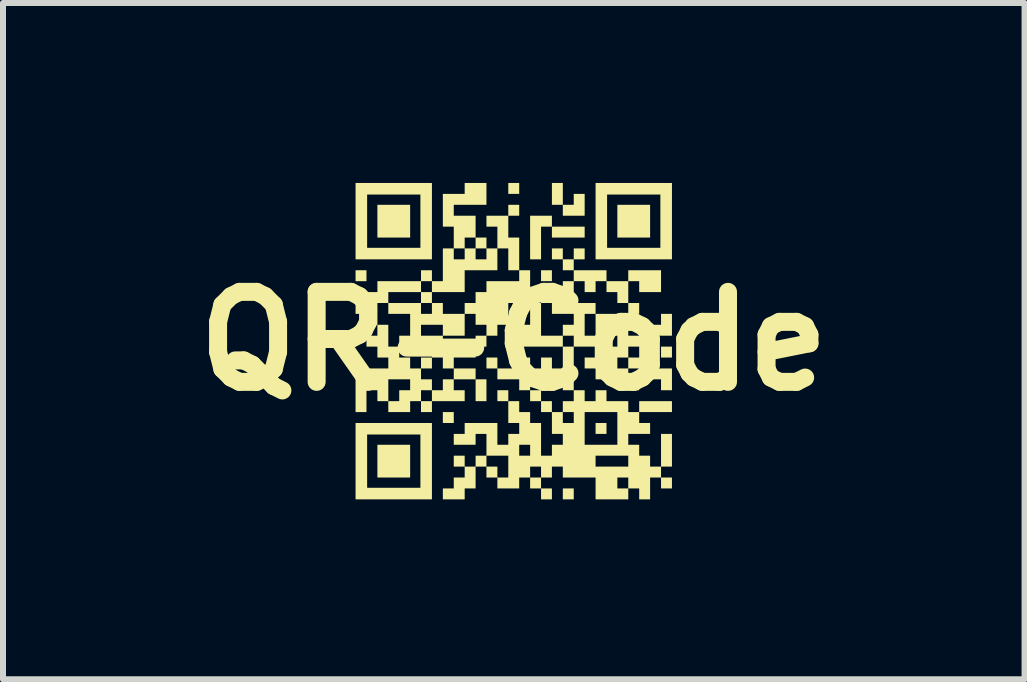
<source format=kicad_pcb>
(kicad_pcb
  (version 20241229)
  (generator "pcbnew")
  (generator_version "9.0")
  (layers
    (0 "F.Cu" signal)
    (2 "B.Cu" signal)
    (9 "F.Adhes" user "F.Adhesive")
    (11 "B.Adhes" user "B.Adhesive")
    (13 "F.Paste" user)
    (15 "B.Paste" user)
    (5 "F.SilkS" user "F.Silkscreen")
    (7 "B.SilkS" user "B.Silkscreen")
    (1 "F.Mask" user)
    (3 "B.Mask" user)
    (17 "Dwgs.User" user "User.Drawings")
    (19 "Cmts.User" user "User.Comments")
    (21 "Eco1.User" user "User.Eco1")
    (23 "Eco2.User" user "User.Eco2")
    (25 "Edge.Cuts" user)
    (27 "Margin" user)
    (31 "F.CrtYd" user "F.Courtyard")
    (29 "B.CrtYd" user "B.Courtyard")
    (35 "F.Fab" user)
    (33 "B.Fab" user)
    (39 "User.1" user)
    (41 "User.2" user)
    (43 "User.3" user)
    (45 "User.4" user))
  (footprint "QR-Code"
    (layer "F.Cu")
    (at 5.514 2.637)
    (property "Reference" "QR-Code" (at 0 0 0) (layer "F.SilkS") (effects (font (size 1.5 1.5) (thickness 0.3))))
    (attr board_only exclude_from_pos_files exclude_from_bom)
    (fp_poly (pts (xy -2.455 -1.091) (xy -2.455 -1) (xy -2.546 -1) (xy -2.637 -1) (xy -2.637 -1.091) (xy -2.637 -1.182) (xy -2.546 -1.182) (xy -2.455 -1.182)) (stroke (width 0) (type solid)) (fill yes) (layer "F.SilkS"))
    (fp_poly (pts (xy -1.727 -2) (xy -1.727 -1.727) (xy -2 -1.727) (xy -2.273 -1.727) (xy -2.273 -2) (xy -2.273 -2.273) (xy -2 -2.273) (xy -1.727 -2.273)) (stroke (width 0) (type solid)) (fill yes) (layer "F.SilkS"))
    (fp_poly (pts (xy -1.727 2) (xy -1.727 2.273) (xy -2 2.273) (xy -2.273 2.273) (xy -2.273 2) (xy -2.273 1.727) (xy -2 1.727) (xy -1.727 1.727)) (stroke (width 0) (type solid)) (fill yes) (layer "F.SilkS"))
    (fp_poly (pts (xy -1.364 -0.727) (xy -1.364 -0.636) (xy -1.455 -0.636) (xy -1.546 -0.636) (xy -1.546 -0.727) (xy -1.546 -0.818) (xy -1.455 -0.818) (xy -1.364 -0.818)) (stroke (width 0) (type solid)) (fill yes) (layer "F.SilkS"))
    (fp_poly (pts (xy -1.364 0.364) (xy -1.364 0.455) (xy -1.455 0.455) (xy -1.546 0.455) (xy -1.546 0.364) (xy -1.546 0.273) (xy -1.455 0.273) (xy -1.364 0.273)) (stroke (width 0) (type solid)) (fill yes) (layer "F.SilkS"))
    (fp_poly (pts (xy -1 1.273) (xy -1 1.364) (xy -1.091 1.364) (xy -1.182 1.364) (xy -1.182 1.273) (xy -1.182 1.182) (xy -1.091 1.182) (xy -1 1.182)) (stroke (width 0) (type solid)) (fill yes) (layer "F.SilkS"))
    (fp_poly (pts (xy -0.455 0.818) (xy -0.455 1) (xy -0.546 1) (xy -0.636 1) (xy -0.636 0.818) (xy -0.636 0.636) (xy -0.546 0.636) (xy -0.455 0.636)) (stroke (width 0) (type solid)) (fill yes) (layer "F.SilkS"))
    (fp_poly (pts (xy -0.091 0.909) (xy -0.091 1) (xy -0.182 1) (xy -0.273 1) (xy -0.273 0.909) (xy -0.273 0.818) (xy -0.182 0.818) (xy -0.091 0.818)) (stroke (width 0) (type solid)) (fill yes) (layer "F.SilkS"))
    (fp_poly (pts (xy 0.091 -2.546) (xy 0.091 -2.455) (xy -0.000001 -2.455) (xy -0.091 -2.455) (xy -0.091 -2.546) (xy -0.091 -2.637) (xy -0.000001 -2.637) (xy 0.091 -2.637)) (stroke (width 0) (type solid)) (fill yes) (layer "F.SilkS"))
    (fp_poly (pts (xy 0.455 0.909) (xy 0.455 1) (xy 0.364 1) (xy 0.273 1) (xy 0.273 0.909) (xy 0.273 0.818) (xy 0.364 0.818) (xy 0.455 0.818)) (stroke (width 0) (type solid)) (fill yes) (layer "F.SilkS"))
    (fp_poly (pts (xy 0.636 -1.091) (xy 0.636 -1) (xy 0.546 -1) (xy 0.455 -1) (xy 0.455 -1.091) (xy 0.455 -1.182) (xy 0.546 -1.182) (xy 0.636 -1.182)) (stroke (width 0) (type solid)) (fill yes) (layer "F.SilkS"))
    (fp_poly (pts (xy 0.636 2.546) (xy 0.636 2.637) (xy 0.546 2.637) (xy 0.455 2.637) (xy 0.455 2.546) (xy 0.455 2.455) (xy 0.546 2.455) (xy 0.636 2.455)) (stroke (width 0) (type solid)) (fill yes) (layer "F.SilkS"))
    (fp_poly (pts (xy 1 2.546) (xy 1 2.637) (xy 0.909 2.637) (xy 0.818 2.637) (xy 0.818 2.546) (xy 0.818 2.455) (xy 0.909 2.455) (xy 1 2.455)) (stroke (width 0) (type solid)) (fill yes) (layer "F.SilkS"))
    (fp_poly (pts (xy 1.182 -1.818) (xy 1.182 -1.727) (xy 0.909 -1.727) (xy 0.636 -1.727) (xy 0.636 -1.818) (xy 0.636 -1.909) (xy 0.909 -1.909) (xy 1.182 -1.909)) (stroke (width 0) (type solid)) (fill yes) (layer "F.SilkS"))
    (fp_poly (pts (xy 1.546 1.455) (xy 1.546 1.546) (xy 1.455 1.546) (xy 1.364 1.546) (xy 1.364 1.455) (xy 1.364 1.364) (xy 1.455 1.364) (xy 1.546 1.364)) (stroke (width 0) (type solid)) (fill yes) (layer "F.SilkS"))
    (fp_poly (pts (xy 2.091 -0.546) (xy 2.091 -0.455) (xy 2 -0.455) (xy 1.909 -0.455) (xy 1.909 -0.546) (xy 1.909 -0.636) (xy 2 -0.636) (xy 2.091 -0.636)) (stroke (width 0) (type solid)) (fill yes) (layer "F.SilkS"))
    (fp_poly (pts (xy 2.273 -2) (xy 2.273 -1.727) (xy 2 -1.727) (xy 1.727 -1.727) (xy 1.727 -2) (xy 1.727 -2.273) (xy 2 -2.273) (xy 2.273 -2.273)) (stroke (width 0) (type solid)) (fill yes) (layer "F.SilkS"))
    (fp_poly (pts (xy 2.637 0.182) (xy 2.637 0.273) (xy 2.546 0.273) (xy 2.455 0.273) (xy 2.455 0.182) (xy 2.455 0.091) (xy 2.546 0.091) (xy 2.637 0.091)) (stroke (width 0) (type solid)) (fill yes) (layer "F.SilkS"))
    (fp_poly (pts (xy 2.637 2.364) (xy 2.637 2.455) (xy 2.546 2.455) (xy 2.455 2.455) (xy 2.455 2.364) (xy 2.455 2.273) (xy 2.546 2.273) (xy 2.637 2.273)) (stroke (width 0) (type solid)) (fill yes) (layer "F.SilkS"))
    (fp_poly (pts (xy 0.636 -2) (xy 0.636 -1.909) (xy 0.546 -1.909) (xy 0.455 -1.909) (xy 0.455 -1.637) (xy 0.455 -1.364) (xy 0.364 -1.364) (xy 0.273 -1.364) (xy 0.273 -1.727) (xy 0.273 -2.091) (xy 0.455 -2.091) (xy 0.636 -2.091)) (stroke (width 0) (type solid)) (fill yes) (layer "F.SilkS"))
    (fp_poly (pts (xy -1.364 -2) (xy -1.364 -1.364) (xy -2 -1.364) (xy -2.637 -1.364) (xy -2.637 -2) (xy -2.444 -2) (xy -2.444 -1.556) (xy -2 -1.556) (xy -1.556 -1.556) (xy -1.556 -2) (xy -1.556 -2.444) (xy -2 -2.444) (xy -2.444 -2.444) (xy -2.444 -2) (xy -2.637 -2) (xy -2.637 -2.637) (xy -2 -2.637) (xy -1.364 -2.637)) (stroke (width 0) (type solid)) (fill yes) (layer "F.SilkS"))
    (fp_poly (pts (xy -1.364 2) (xy -1.364 2.637) (xy -2 2.637) (xy -2.637 2.637) (xy -2.637 2) (xy -2.444 2) (xy -2.444 2.444) (xy -2 2.444) (xy -1.556 2.444) (xy -1.556 2) (xy -1.556 1.556) (xy -2 1.556) (xy -2.444 1.556) (xy -2.444 2) (xy -2.637 2) (xy -2.637 1.364) (xy -2 1.364) (xy -1.364 1.364)) (stroke (width 0) (type solid)) (fill yes) (layer "F.SilkS"))
    (fp_poly (pts (xy 2.637 -2) (xy 2.637 -1.364) (xy 2 -1.364) (xy 1.364 -1.364) (xy 1.364 -2) (xy 1.556 -2) (xy 1.556 -1.556) (xy 2 -1.556) (xy 2.444 -1.556) (xy 2.444 -2) (xy 2.444 -2.444) (xy 2 -2.444) (xy 1.556 -2.444) (xy 1.556 -2) (xy 1.364 -2) (xy 1.364 -2.637) (xy 2 -2.637) (xy 2.637 -2.637)) (stroke (width 0) (type solid)) (fill yes) (layer "F.SilkS"))
    (fp_poly (pts (xy 0.818 -2.455) (xy 0.818 -2.273) (xy 0.909 -2.273) (xy 1 -2.273) (xy 1 -2.364) (xy 1 -2.455) (xy 1.091 -2.455) (xy 1.182 -2.455) (xy 1.182 -2.273) (xy 1.182 -2.091) (xy 1 -2.091) (xy 0.818 -2.091) (xy 0.818 -2.182) (xy 0.818 -2.273) (xy 0.727 -2.273) (xy 0.636 -2.273) (xy 0.636 -2.455) (xy 0.636 -2.637) (xy 0.727 -2.637) (xy 0.818 -2.637)) (stroke (width 0) (type solid)) (fill yes) (layer "F.SilkS"))
    (fp_poly (pts (xy 0.818 -1.455) (xy 0.818 -1.364) (xy 0.909 -1.364) (xy 1 -1.364) (xy 1 -1.455) (xy 1 -1.546) (xy 1.091 -1.546) (xy 1.182 -1.546) (xy 1.182 -1.455) (xy 1.182 -1.364) (xy 1.091 -1.364) (xy 1 -1.364) (xy 1 -1.273) (xy 1 -1.182) (xy 0.909 -1.182) (xy 0.818 -1.182) (xy 0.818 -1.273) (xy 0.818 -1.364) (xy 0.727 -1.364) (xy 0.636 -1.364) (xy 0.636 -1.455) (xy 0.636 -1.546) (xy 0.727 -1.546) (xy 0.818 -1.546)) (stroke (width 0) (type solid)) (fill yes) (layer "F.SilkS"))
    (fp_poly (pts (xy -0.455 -2.455) (xy -0.455 -2.273) (xy -0.727 -2.273) (xy -1 -2.273) (xy -1 -2.182) (xy -1 -2.091) (xy -0.818 -2.091) (xy -0.636 -2.091) (xy -0.636 -1.909) (xy -0.636 -1.727) (xy -0.727 -1.727) (xy -0.818 -1.727) (xy -0.818 -1.637) (xy -0.818 -1.546) (xy -0.909 -1.546) (xy -1 -1.546) (xy -1 -1.455) (xy -1 -1.364) (xy -0.909 -1.364) (xy -0.818 -1.364) (xy -0.818 -1.455) (xy -0.636 -1.455) (xy -0.636 -1.364) (xy -0.546 -1.364) (xy -0.455 -1.364) (xy -0.455 -1.455) (xy -0.455 -1.546) (xy -0.546 -1.546) (xy -0.636 -1.546) (xy -0.636 -1.455) (xy -0.818 -1.455) (xy -0.818 -1.546) (xy -0.727 -1.546) (xy -0.636 -1.546) (xy -0.636 -1.637) (xy -0.636 -1.727) (xy -0.546 -1.727) (xy -0.455 -1.727) (xy -0.455 -1.637) (xy -0.455 -1.546) (xy -0.364 -1.546) (xy -0.273 -1.546) (xy -0.273 -1.727) (xy -0.273 -1.909) (xy -0.364 -1.909) (xy -0.455 -1.909) (xy -0.455 -2) (xy -0.455 -2.091) (xy -0.273 -2.091) (xy -0.091 -2.091) (xy -0.091 -2.182) (xy -0.091 -2.273) (xy -0.000001 -2.273) (xy 0.091 -2.273) (xy 0.091 -2.182) (xy 0.091 -2.091) (xy -0.000001 -2.091) (xy -0.091 -2.091) (xy -0.091 -1.909) (xy -0.091 -1.727) (xy -0.000001 -1.727) (xy 0.091 -1.727) (xy 0.091 -1.455) (xy 0.091 -1.182) (xy -0.000001 -1.182) (xy -0.091 -1.182) (xy -0.091 -1.364) (xy -0.091 -1.546) (xy -0.182 -1.546) (xy -0.273 -1.546) (xy -0.273 -1.364) (xy -0.273 -1.182) (xy -0.546 -1.182) (xy -0.818 -1.182) (xy -0.818 -1) (xy -0.818 -0.818) (xy -1.091 -0.818) (xy -1.364 -0.818) (xy -1.364 -0.909) (xy -1.364 -1) (xy -1.455 -1) (xy -1.546 -1) (xy -1.546 -0.909) (xy -1.546 -0.818) (xy -1.818 -0.818) (xy -2.091 -0.818) (xy -2.091 -0.727) (xy -2.091 -0.636) (xy -2.182 -0.636) (xy -2.273 -0.636) (xy -2.273 -0.455) (xy -2.273 -0.273) (xy -2.364 -0.273) (xy -2.455 -0.273) (xy -2.455 -0.364) (xy -2.455 -0.455) (xy -2.546 -0.455) (xy -2.637 -0.455) (xy -2.637 -0.546) (xy -2.637 -0.636) (xy -2.546 -0.636) (xy -2.455 -0.636) (xy -2.455 -0.727) (xy -2.455 -0.818) (xy -2.364 -0.818) (xy -2.273 -0.818) (xy -2.273 -0.909) (xy -2.273 -1) (xy -1.909 -1) (xy -1.546 -1) (xy -1.546 -1.091) (xy -1.546 -1.182) (xy -1.455 -1.182) (xy -1.364 -1.182) (xy -1.364 -1.091) (xy -1.364 -1) (xy -1.273 -1) (xy -1.182 -1) (xy -1.182 -1.273) (xy -1.182 -1.546) (xy -1.091 -1.546) (xy -1 -1.546) (xy -1 -1.727) (xy -1 -1.909) (xy -1.091 -1.909) (xy -1.182 -1.909) (xy -1.182 -2.182) (xy -1.182 -2.455) (xy -1 -2.455) (xy -0.818 -2.455) (xy -0.818 -2.546) (xy -0.818 -2.637) (xy -0.636 -2.637) (xy -0.455 -2.637)) (stroke (width 0) (type solid)) (fill yes) (layer "F.SilkS"))
    (fp_poly (pts (xy 1.182 0.909) (xy 1.182 1) (xy 1.273 1) (xy 1.364 1) (xy 1.364 0.909) (xy 1.364 0.818) (xy 1.455 0.818) (xy 1.546 0.818) (xy 1.546 0.909) (xy 1.546 1) (xy 1.727 1) (xy 1.909 1) (xy 1.909 1.091) (xy 1.909 1.182) (xy 2 1.182) (xy 2.091 1.182) (xy 2.091 1.091) (xy 2.091 1) (xy 2.364 1) (xy 2.637 1) (xy 2.637 1.091) (xy 2.637 1.182) (xy 2.364 1.182) (xy 2.091 1.182) (xy 2.091 1.273) (xy 2.091 1.364) (xy 2.182 1.364) (xy 2.273 1.364) (xy 2.273 1.455) (xy 2.273 1.546) (xy 2.091 1.546) (xy 1.909 1.546) (xy 1.909 1.637) (xy 1.909 1.727) (xy 2 1.727) (xy 2.091 1.727) (xy 2.091 1.818) (xy 2.091 1.909) (xy 2.182 1.909) (xy 2.273 1.909) (xy 2.273 2) (xy 2.273 2.091) (xy 2.364 2.091) (xy 2.455 2.091) (xy 2.455 1.818) (xy 2.455 1.546) (xy 2.546 1.546) (xy 2.637 1.546) (xy 2.637 1.818) (xy 2.637 2.091) (xy 2.546 2.091) (xy 2.455 2.091) (xy 2.455 2.182) (xy 2.455 2.273) (xy 2.364 2.273) (xy 2.273 2.273) (xy 2.273 2.455) (xy 2.273 2.637) (xy 2.182 2.637) (xy 2.091 2.637) (xy 2.091 2.546) (xy 2.091 2.455) (xy 2 2.455) (xy 1.909 2.455) (xy 1.909 2.546) (xy 1.909 2.637) (xy 1.637 2.637) (xy 1.364 2.637) (xy 1.364 2.455) (xy 1.364 2.364) (xy 1.727 2.364) (xy 1.727 2.455) (xy 1.818 2.455) (xy 1.909 2.455) (xy 1.909 2.364) (xy 1.909 2.273) (xy 1.818 2.273) (xy 1.727 2.273) (xy 1.727 2.364) (xy 1.364 2.364) (xy 1.364 2.273) (xy 1.091 2.273) (xy 0.818 2.273) (xy 0.818 2.182) (xy 0.818 2.091) (xy 0.727 2.091) (xy 0.636 2.091) (xy 0.636 2.182) (xy 0.636 2.273) (xy 0.546 2.273) (xy 0.455 2.273) (xy 0.455 2.364) (xy 0.455 2.455) (xy 0.364 2.455) (xy 0.273 2.455) (xy 0.273 2.364) (xy 0.273 2.273) (xy 0.182 2.273) (xy 0.091 2.273) (xy 0.091 2.364) (xy 0.091 2.455) (xy -0.091 2.455) (xy -0.273 2.455) (xy -0.273 2.364) (xy -0.273 2.273) (xy -0.364 2.273) (xy -0.455 2.273) (xy -0.455 2.182) (xy -0.455 2.091) (xy -0.364 2.091) (xy -0.273 2.091) (xy -0.273 2.182) (xy -0.273 2.273) (xy -0.182 2.273) (xy -0.091 2.273) (xy -0.091 2.182) (xy 0.273 2.182) (xy 0.273 2.273) (xy 0.364 2.273) (xy 0.455 2.273) (xy 0.455 2.182) (xy 0.455 2.091) (xy 0.364 2.091) (xy 0.273 2.091) (xy 0.273 2.182) (xy -0.091 2.182) (xy -0.091 2.091) (xy -0.091 2) (xy 1.364 2) (xy 1.364 2.091) (xy 1.637 2.091) (xy 1.909 2.091) (xy 1.909 2) (xy 1.909 1.909) (xy 1.637 1.909) (xy 1.364 1.909) (xy 1.364 2) (xy -0.091 2) (xy -0.091 1.909) (xy -0.273 1.909) (xy -0.455 1.909) (xy -0.455 2) (xy -0.455 2.091) (xy -0.546 2.091) (xy -0.636 2.091) (xy -0.636 2.273) (xy -0.636 2.455) (xy -0.727 2.455) (xy -0.818 2.455) (xy -0.818 2.546) (xy -0.818 2.637) (xy -1 2.637) (xy -1.182 2.637) (xy -1.182 2.546) (xy -1.182 2.455) (xy -1.091 2.455) (xy -1 2.455) (xy -1 2.364) (xy -1 2.273) (xy -0.909 2.273) (xy -0.818 2.273) (xy -0.818 2.182) (xy -0.818 2.091) (xy -0.909 2.091) (xy -1 2.091) (xy -1 2) (xy -1 1.909) (xy -0.909 1.909) (xy -0.818 1.909) (xy -0.818 2) (xy -0.818 2.091) (xy -0.727 2.091) (xy -0.636 2.091) (xy -0.636 2) (xy -0.636 1.909) (xy -0.546 1.909) (xy -0.455 1.909) (xy -0.455 1.818) (xy 0.091 1.818) (xy 0.091 1.909) (xy 0.182 1.909) (xy 0.273 1.909) (xy 0.273 1.818) (xy 0.273 1.727) (xy 0.182 1.727) (xy 0.091 1.727) (xy 0.091 1.818) (xy -0.455 1.818) (xy -0.455 1.727) (xy -0.455 1.546) (xy -0.546 1.546) (xy -0.636 1.546) (xy -0.636 1.637) (xy -0.636 1.727) (xy -0.818 1.727) (xy -1 1.727) (xy -1 1.637) (xy -1 1.546) (xy -0.909 1.546) (xy -0.818 1.546) (xy -0.818 1.455) (xy -0.818 1.364) (xy -0.546 1.364) (xy -0.273 1.364) (xy -0.273 1.546) (xy -0.273 1.727) (xy -0.182 1.727) (xy -0.091 1.727) (xy -0.091 1.637) (xy -0.091 1.546) (xy -0.000001 1.546) (xy 0.091 1.546) (xy 0.091 1.455) (xy 0.091 1.364) (xy -0.000001 1.364) (xy -0.091 1.364) (xy -0.091 1.182) (xy -0.091 1) (xy -0.000001 1) (xy 0.091 1) (xy 0.091 1.091) (xy 0.091 1.182) (xy 0.182 1.182) (xy 0.273 1.182) (xy 0.273 1.273) (xy 0.273 1.364) (xy 0.364 1.364) (xy 0.455 1.364) (xy 0.455 1.637) (xy 0.455 1.909) (xy 0.546 1.909) (xy 0.636 1.909) (xy 0.636 1.818) (xy 0.636 1.727) (xy 0.727 1.727) (xy 0.818 1.727) (xy 0.818 1.637) (xy 0.818 1.546) (xy 0.727 1.546) (xy 0.636 1.546) (xy 0.636 1.455) (xy 1.182 1.455) (xy 1.182 1.727) (xy 1.455 1.727) (xy 1.727 1.727) (xy 1.727 1.455) (xy 1.727 1.182) (xy 1.455 1.182) (xy 1.182 1.182) (xy 1.182 1.455) (xy 0.636 1.455) (xy 0.636 1.364) (xy 0.636 1.273) (xy 0.818 1.273) (xy 0.818 1.364) (xy 0.909 1.364) (xy 1 1.364) (xy 1 1.273) (xy 1 1.182) (xy 0.909 1.182) (xy 0.818 1.182) (xy 0.818 1.273) (xy 0.636 1.273) (xy 0.636 1.182) (xy 0.546 1.182) (xy 0.455 1.182) (xy 0.455 1.091) (xy 0.455 1) (xy 0.546 1) (xy 0.636 1) (xy 0.636 1.091) (xy 0.636 1.182) (xy 0.727 1.182) (xy 0.818 1.182) (xy 0.818 1.091) (xy 0.818 1) (xy 0.909 1) (xy 1 1) (xy 1 0.909) (xy 1 0.818) (xy 1.091 0.818) (xy 1.182 0.818)) (stroke (width 0) (type solid)) (fill yes) (layer "F.SilkS"))
    (fp_poly (pts (xy 0.273 -0.909) (xy 0.273 -0.636) (xy 0.364 -0.636) (xy 0.455 -0.636) (xy 0.455 -0.727) (xy 0.455 -0.818) (xy 0.636 -0.818) (xy 0.818 -0.818) (xy 0.818 -0.909) (xy 0.818 -1) (xy 0.909 -1) (xy 1 -1) (xy 1 -1.091) (xy 1 -1.182) (xy 1.273 -1.182) (xy 1.546 -1.182) (xy 1.546 -1.091) (xy 1.546 -1) (xy 1.727 -1) (xy 1.909 -1) (xy 1.909 -1.091) (xy 1.909 -1.182) (xy 2.182 -1.182) (xy 2.455 -1.182) (xy 2.455 -1) (xy 2.455 -0.818) (xy 2.273 -0.818) (xy 2.091 -0.818) (xy 2.091 -0.909) (xy 2.091 -1) (xy 2 -1) (xy 1.909 -1) (xy 1.909 -0.818) (xy 1.909 -0.636) (xy 1.818 -0.636) (xy 1.727 -0.636) (xy 1.727 -0.727) (xy 1.727 -0.818) (xy 1.637 -0.818) (xy 1.546 -0.818) (xy 1.546 -0.909) (xy 1.546 -1) (xy 1.455 -1) (xy 1.364 -1) (xy 1.364 -0.909) (xy 1.364 -0.818) (xy 1.273 -0.818) (xy 1.182 -0.818) (xy 1.182 -0.909) (xy 1.182 -1) (xy 1.091 -1) (xy 1 -1) (xy 1 -0.909) (xy 1 -0.818) (xy 0.909 -0.818) (xy 0.818 -0.818) (xy 0.818 -0.727) (xy 0.818 -0.636) (xy 1.091 -0.636) (xy 1.364 -0.636) (xy 1.364 -0.546) (xy 1.364 -0.455) (xy 1.273 -0.455) (xy 1.182 -0.455) (xy 1.182 -0.273) (xy 1.182 -0.091) (xy 1.273 -0.091) (xy 1.364 -0.091) (xy 1.364 -0.273) (xy 1.364 -0.455) (xy 1.546 -0.455) (xy 1.727 -0.455) (xy 1.727 -0.364) (xy 1.727 -0.273) (xy 1.818 -0.273) (xy 1.909 -0.273) (xy 1.909 -0.182) (xy 1.909 -0.091) (xy 2.091 -0.091) (xy 2.273 -0.091) (xy 2.273 -0.182) (xy 2.273 -0.273) (xy 2.364 -0.273) (xy 2.455 -0.273) (xy 2.455 -0.364) (xy 2.455 -0.455) (xy 2.546 -0.455) (xy 2.637 -0.455) (xy 2.637 -0.273) (xy 2.637 -0.091) (xy 2.455 -0.091) (xy 2.273 -0.091) (xy 2.273 0.182) (xy 2.273 0.455) (xy 2.455 0.455) (xy 2.637 0.455) (xy 2.637 0.636) (xy 2.637 0.818) (xy 2.546 0.818) (xy 2.455 0.818) (xy 2.455 0.727) (xy 2.455 0.636) (xy 2.273 0.636) (xy 2.091 0.636) (xy 2.091 0.727) (xy 2.091 0.818) (xy 1.909 0.818) (xy 1.727 0.818) (xy 1.727 0.727) (xy 1.727 0.636) (xy 1.546 0.636) (xy 1.364 0.636) (xy 1.364 0.546) (xy 1.909 0.546) (xy 1.909 0.636) (xy 2 0.636) (xy 2.091 0.636) (xy 2.091 0.546) (xy 2.091 0.455) (xy 2 0.455) (xy 1.909 0.455) (xy 1.909 0.546) (xy 1.364 0.546) (xy 1.364 0.455) (xy 1.273 0.455) (xy 1.182 0.455) (xy 1.182 0.364) (xy 1.182 0.273) (xy 1.273 0.273) (xy 1.364 0.273) (xy 1.364 0.364) (xy 1.364 0.455) (xy 1.455 0.455) (xy 1.546 0.455) (xy 1.546 0.273) (xy 1.727 0.273) (xy 1.727 0.364) (xy 1.727 0.455) (xy 1.818 0.455) (xy 1.909 0.455) (xy 1.909 0.364) (xy 1.909 0.273) (xy 2 0.273) (xy 2.091 0.273) (xy 2.091 0.182) (xy 2.091 0.091) (xy 2 0.091) (xy 1.909 0.091) (xy 1.909 0.182) (xy 1.909 0.273) (xy 1.818 0.273) (xy 1.727 0.273) (xy 1.546 0.273) (xy 1.546 0.091) (xy 1.637 0.091) (xy 1.727 0.091) (xy 1.727 -0.000001) (xy 1.727 -0.091) (xy 1.546 -0.091) (xy 1.364 -0.091) (xy 1.364 -0.000001) (xy 1.364 0.091) (xy 1.182 0.091) (xy 1 0.091) (xy 1 0.455) (xy 1 0.818) (xy 0.909 0.818) (xy 0.818 0.818) (xy 0.818 0.727) (xy 0.818 0.636) (xy 0.727 0.636) (xy 0.636 0.636) (xy 0.636 0.727) (xy 0.636 0.818) (xy 0.546 0.818) (xy 0.455 0.818) (xy 0.455 0.727) (xy 0.455 0.636) (xy 0.364 0.636) (xy 0.273 0.636) (xy 0.273 0.727) (xy 0.273 0.818) (xy 0.182 0.818) (xy 0.091 0.818) (xy 0.091 0.727) (xy 0.091 0.636) (xy -0.091 0.636) (xy -0.273 0.636) (xy -0.273 0.546) (xy -0.273 0.455) (xy -0.364 0.455) (xy -0.455 0.455) (xy -0.455 0.364) (xy -0.455 0.273) (xy -0.364 0.273) (xy -0.273 0.273) (xy -0.273 0.364) (xy -0.273 0.455) (xy -0.091 0.455) (xy 0.091 0.455) (xy 0.091 0.364) (xy 0.091 0.273) (xy 0.182 0.273) (xy 0.273 0.273) (xy 0.273 0.364) (xy 0.273 0.455) (xy 0.364 0.455) (xy 0.455 0.455) (xy 0.455 0.364) (xy 0.455 0.273) (xy 0.546 0.273) (xy 0.636 0.273) (xy 0.636 0.364) (xy 0.636 0.455) (xy 0.727 0.455) (xy 0.818 0.455) (xy 0.818 0.273) (xy 0.818 0.091) (xy 0.455 0.091) (xy 0.091 0.091) (xy 0.091 -0.000001) (xy 0.818 -0.000001) (xy 0.818 0.091) (xy 0.909 0.091) (xy 1 0.091) (xy 1 -0.000001) (xy 1 -0.091) (xy 0.909 -0.091) (xy 0.818 -0.091) (xy 0.818 -0.000001) (xy 0.091 -0.000001) (xy 0.091 -0.091) (xy 0.091 -0.273) (xy 0.182 -0.273) (xy 0.273 -0.273) (xy 0.273 -0.364) (xy 0.455 -0.364) (xy 0.455 -0.091) (xy 0.636 -0.091) (xy 0.818 -0.091) (xy 0.818 -0.182) (xy 0.818 -0.273) (xy 0.909 -0.273) (xy 1 -0.273) (xy 1 -0.364) (xy 1 -0.455) (xy 0.818 -0.455) (xy 0.636 -0.455) (xy 0.636 -0.546) (xy 0.636 -0.636) (xy 0.546 -0.636) (xy 0.455 -0.636) (xy 0.455 -0.364) (xy 0.273 -0.364) (xy 0.273 -0.455) (xy 0.273 -0.636) (xy 0.091 -0.636) (xy -0.091 -0.636) (xy -0.091 -0.455) (xy -0.091 -0.273) (xy -0.182 -0.273) (xy -0.273 -0.273) (xy -0.273 -0.182) (xy -0.273 -0.091) (xy -0.364 -0.091) (xy -0.455 -0.091) (xy -0.455 -0.000001) (xy -0.455 0.091) (xy -0.546 0.091) (xy -0.636 0.091) (xy -0.636 0.182) (xy -0.636 0.273) (xy -0.818 0.273) (xy -1 0.273) (xy -1 0.364) (xy -1 0.455) (xy -1.091 0.455) (xy -1.182 0.455) (xy -1.182 0.364) (xy -1.182 0.273) (xy -1.273 0.273) (xy -1.364 0.273) (xy -1.364 0.182) (xy -1.364 0.091) (xy -1.637 0.091) (xy -1.909 0.091) (xy -1.909 0.182) (xy -1.909 0.273) (xy -1.818 0.273) (xy -1.727 0.273) (xy -1.727 0.364) (xy -1.727 0.455) (xy -1.637 0.455) (xy -1.546 0.455) (xy -1.546 0.546) (xy -1.546 0.636) (xy -1.455 0.636) (xy -1.364 0.636) (xy -1.364 0.727) (xy -1.364 0.818) (xy -1.455 0.818) (xy -1.546 0.818) (xy -1.546 0.909) (xy -1.546 1) (xy -1.455 1) (xy -1.364 1) (xy -1.364 0.909) (xy -1.364 0.818) (xy -1.273 0.818) (xy -1.182 0.818) (xy -1.182 0.727) (xy -1.182 0.636) (xy -1.091 0.636) (xy -1 0.636) (xy -1 0.546) (xy -1 0.455) (xy -0.818 0.455) (xy -0.636 0.455) (xy -0.636 0.546) (xy -0.636 0.636) (xy -0.818 0.636) (xy -1 0.636) (xy -1 0.727) (xy -1 0.818) (xy -0.909 0.818) (xy -0.818 0.818) (xy -0.818 0.909) (xy -0.818 1) (xy -1.091 1) (xy -1.364 1) (xy -1.364 1.091) (xy -1.364 1.182) (xy -1.455 1.182) (xy -1.546 1.182) (xy -1.546 1.091) (xy -1.546 1) (xy -1.637 1) (xy -1.727 1) (xy -1.727 1.091) (xy -1.727 1.182) (xy -1.909 1.182) (xy -2.091 1.182) (xy -2.091 1.091) (xy -2.091 1) (xy -2.182 1) (xy -2.273 1) (xy -2.273 0.909) (xy -2.273 0.818) (xy -2.091 0.818) (xy -2.091 1) (xy -2 1) (xy -1.909 1) (xy -1.909 0.909) (xy -1.909 0.818) (xy -1.818 0.818) (xy -1.727 0.818) (xy -1.727 0.727) (xy -1.727 0.636) (xy -1.909 0.636) (xy -2.091 0.636) (xy -2.091 0.818) (xy -2.273 0.818) (xy -2.364 0.818) (xy -2.455 0.818) (xy -2.455 1) (xy -2.455 1.182) (xy -2.546 1.182) (xy -2.637 1.182) (xy -2.637 0.818) (xy -2.637 0.455) (xy -2.364 0.455) (xy -2.091 0.455) (xy -2.091 0.364) (xy -2.091 0.273) (xy -2.182 0.273) (xy -2.273 0.273) (xy -2.273 0.182) (xy -2.273 0.091) (xy -2.364 0.091) (xy -2.455 0.091) (xy -2.455 -0.000001) (xy -2.455 -0.091) (xy -2.364 -0.091) (xy -2.273 -0.091) (xy -2.273 -0.182) (xy -2.273 -0.273) (xy -2.182 -0.273) (xy -2.091 -0.273) (xy -2.091 -0.091) (xy -2.091 0.091) (xy -2 0.091) (xy -1.909 0.091) (xy -1.909 -0.000001) (xy -1.909 -0.091) (xy -1.818 -0.091) (xy -1.727 -0.091) (xy -1.727 -0.273) (xy -1.546 -0.273) (xy -1.546 -0.182) (xy -1.546 -0.091) (xy -1.364 -0.091) (xy -1.182 -0.091) (xy -1.182 -0.000001) (xy -1.182 0.091) (xy -0.909 0.091) (xy -0.636 0.091) (xy -0.636 -0.000001) (xy -0.636 -0.091) (xy -0.546 -0.091) (xy -0.455 -0.091) (xy -0.455 -0.182) (xy -0.455 -0.273) (xy -0.546 -0.273) (xy -0.636 -0.273) (xy -0.636 -0.364) (xy -0.636 -0.455) (xy -0.727 -0.455) (xy -0.818 -0.455) (xy -0.818 -0.273) (xy -0.818 -0.091) (xy -1 -0.091) (xy -1.182 -0.091) (xy -1.182 -0.182) (xy -1.182 -0.273) (xy -1.364 -0.273) (xy -1.546 -0.273) (xy -1.727 -0.273) (xy -1.727 -0.455) (xy -1.909 -0.455) (xy -2.091 -0.455) (xy -2.091 -0.546) (xy -2.091 -0.636) (xy -1.818 -0.636) (xy -1.546 -0.636) (xy -1.546 -0.546) (xy -1.546 -0.455) (xy -1.455 -0.455) (xy -1.364 -0.455) (xy -1.364 -0.546) (xy -1.364 -0.636) (xy -1.273 -0.636) (xy -1.182 -0.636) (xy -1.182 -0.546) (xy -1.182 -0.455) (xy -1 -0.455) (xy -0.818 -0.455) (xy -0.818 -0.546) (xy -0.818 -0.636) (xy -0.727 -0.636) (xy -0.636 -0.636) (xy -0.636 -0.727) (xy -0.636 -0.818) (xy -0.546 -0.818) (xy -0.455 -0.818) (xy -0.455 -0.909) (xy -0.455 -1) (xy -0.182 -1) (xy 0.091 -1) (xy 0.091 -1.091) (xy 0.091 -1.182) (xy 0.182 -1.182) (xy 0.273 -1.182)) (stroke (width 0) (type solid)) (fill yes) (layer "F.SilkS")))
  (gr_rect
    (start -3 -3)
    (end 14.029 8.273)
    (stroke (width 0.1) (type default))
    (fill no)
    (layer "Edge.Cuts")))
</source>
